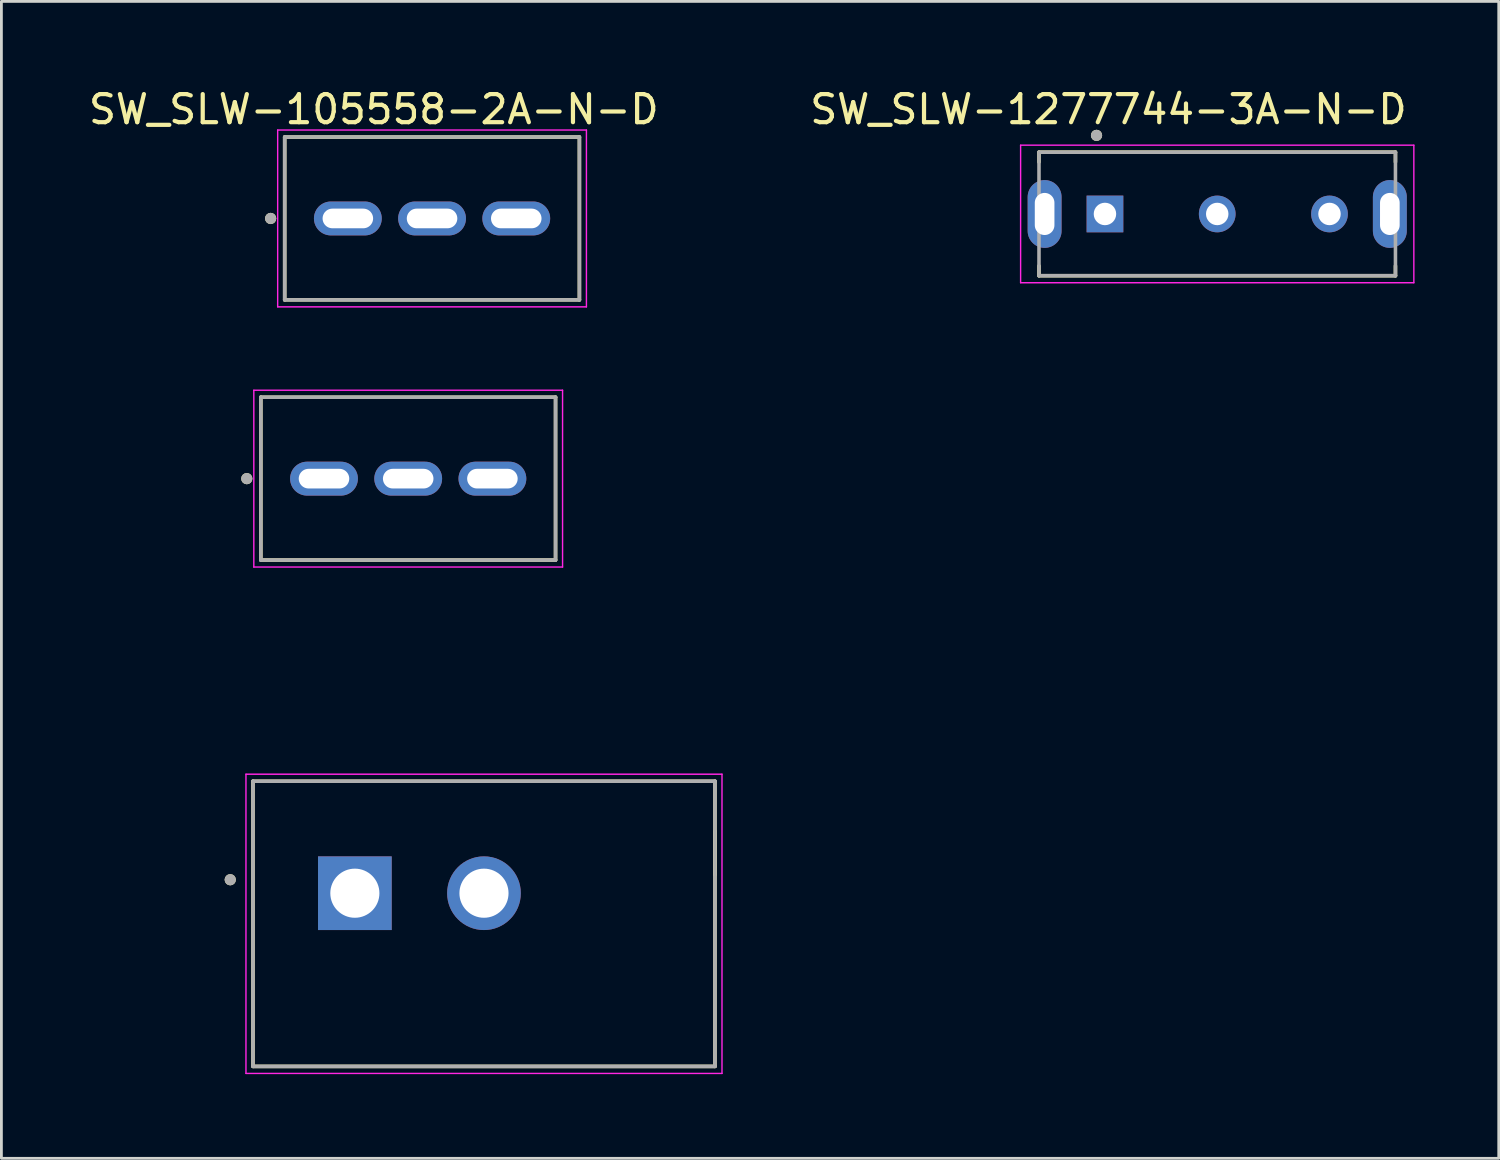
<source format=kicad_pcb>
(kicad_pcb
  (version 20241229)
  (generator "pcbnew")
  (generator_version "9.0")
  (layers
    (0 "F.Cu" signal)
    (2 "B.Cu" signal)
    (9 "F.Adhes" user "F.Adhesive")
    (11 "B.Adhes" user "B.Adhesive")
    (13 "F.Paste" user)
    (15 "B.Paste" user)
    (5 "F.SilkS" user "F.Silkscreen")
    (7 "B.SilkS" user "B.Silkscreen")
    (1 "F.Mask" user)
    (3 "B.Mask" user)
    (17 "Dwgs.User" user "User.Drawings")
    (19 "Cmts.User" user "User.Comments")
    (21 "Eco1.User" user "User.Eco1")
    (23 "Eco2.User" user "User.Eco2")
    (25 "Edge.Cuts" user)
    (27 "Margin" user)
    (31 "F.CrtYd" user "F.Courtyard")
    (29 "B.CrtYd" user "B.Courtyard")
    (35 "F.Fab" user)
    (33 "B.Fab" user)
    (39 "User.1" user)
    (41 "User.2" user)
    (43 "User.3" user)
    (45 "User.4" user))
  (footprint "SW_SLW-105558-2A-N-D"
    (layer "F.Cu")
    (at 12.343 4.733)
    (property "Reference" "SW_SLW-105558-2A-N-D" (at -2.075 -3.885 0) (layer "F.SilkS") (effects (font (size 1 1) (thickness 0.15))))
    (attr through_hole)
    (fp_line (start -6.38 30.21) (end -6.38 20.05) (stroke (width 0.127) (type solid)) (layer "F.SilkS"))
    (fp_line (start -6.1 6.37) (end 4.4 6.37) (stroke (width 0.127) (type solid)) (layer "F.SilkS"))
    (fp_line (start -6.1 12.17) (end -6.1 6.37) (stroke (width 0.127) (type solid)) (layer "F.SilkS"))
    (fp_line (start -5.25 -2.9) (end 5.25 -2.9) (stroke (width 0.127) (type solid)) (layer "F.SilkS"))
    (fp_line (start -5.25 2.9) (end -5.25 -2.9) (stroke (width 0.127) (type solid)) (layer "F.SilkS"))
    (fp_line (start 4.4 6.37) (end 4.4 12.17) (stroke (width 0.127) (type solid)) (layer "F.SilkS"))
    (fp_line (start 4.4 12.17) (end -6.1 12.17) (stroke (width 0.127) (type solid)) (layer "F.SilkS"))
    (fp_line (start 5.25 -2.9) (end 5.25 2.9) (stroke (width 0.127) (type solid)) (layer "F.SilkS"))
    (fp_line (start 5.25 2.9) (end -5.25 2.9) (stroke (width 0.127) (type solid)) (layer "F.SilkS"))
    (fp_line (start 10.08 20.05) (end -6.38 20.05) (stroke (width 0.127) (type solid)) (layer "F.SilkS"))
    (fp_line (start 10.08 20.05) (end 10.08 30.21) (stroke (width 0.127) (type solid)) (layer "F.SilkS"))
    (fp_line (start 10.08 21.83) (end 10.08 23.38) (stroke (width 0.127) (type solid)) (layer "F.SilkS"))
    (fp_line (start 10.08 30.21) (end -6.38 30.21) (stroke (width 0.127) (type solid)) (layer "F.SilkS"))
    (fp_circle (center -7.19 23.56) (end -7.09 23.56) (stroke (width 0.2) (type solid)) (fill no) (layer "F.SilkS"))
    (fp_circle (center -6.6 9.27) (end -6.5 9.27) (stroke (width 0.2) (type solid)) (fill no) (layer "F.SilkS"))
    (fp_circle (center -5.75 0) (end -5.65 0) (stroke (width 0.2) (type solid)) (fill no) (layer "F.SilkS"))
    (fp_line (start -6.63 19.8) (end 10.33 19.8) (stroke (width 0.05) (type solid)) (layer "F.CrtYd"))
    (fp_line (start -6.63 30.46) (end -6.63 19.8) (stroke (width 0.05) (type solid)) (layer "F.CrtYd"))
    (fp_line (start -6.35 6.12) (end 4.65 6.12) (stroke (width 0.05) (type solid)) (layer "F.CrtYd"))
    (fp_line (start -6.35 12.42) (end -6.35 6.12) (stroke (width 0.05) (type solid)) (layer "F.CrtYd"))
    (fp_line (start -5.5 -3.15) (end 5.5 -3.15) (stroke (width 0.05) (type solid)) (layer "F.CrtYd"))
    (fp_line (start -5.5 3.15) (end -5.5 -3.15) (stroke (width 0.05) (type solid)) (layer "F.CrtYd"))
    (fp_line (start 4.65 6.12) (end 4.65 12.42) (stroke (width 0.05) (type solid)) (layer "F.CrtYd"))
    (fp_line (start 4.65 12.42) (end -6.35 12.42) (stroke (width 0.05) (type solid)) (layer "F.CrtYd"))
    (fp_line (start 5.5 -3.15) (end 5.5 3.15) (stroke (width 0.05) (type solid)) (layer "F.CrtYd"))
    (fp_line (start 5.5 3.15) (end -5.5 3.15) (stroke (width 0.05) (type solid)) (layer "F.CrtYd"))
    (fp_line (start 10.33 19.8) (end 10.33 30.46) (stroke (width 0.05) (type solid)) (layer "F.CrtYd"))
    (fp_line (start 10.33 30.46) (end -6.63 30.46) (stroke (width 0.05) (type solid)) (layer "F.CrtYd"))
    (fp_line (start -6.38 20.05) (end 10.08 20.05) (stroke (width 0.127) (type solid)) (layer "F.Fab"))
    (fp_line (start -6.38 30.21) (end -6.38 20.05) (stroke (width 0.127) (type solid)) (layer "F.Fab"))
    (fp_line (start -6.1 6.37) (end 4.4 6.37) (stroke (width 0.127) (type solid)) (layer "F.Fab"))
    (fp_line (start -6.1 12.17) (end -6.1 6.37) (stroke (width 0.127) (type solid)) (layer "F.Fab"))
    (fp_line (start -5.25 -2.9) (end 5.25 -2.9) (stroke (width 0.127) (type solid)) (layer "F.Fab"))
    (fp_line (start -5.25 2.9) (end -5.25 -2.9) (stroke (width 0.127) (type solid)) (layer "F.Fab"))
    (fp_line (start 4.4 6.37) (end 4.4 12.17) (stroke (width 0.127) (type solid)) (layer "F.Fab"))
    (fp_line (start 4.4 12.17) (end -6.1 12.17) (stroke (width 0.127) (type solid)) (layer "F.Fab"))
    (fp_line (start 5.25 -2.9) (end 5.25 2.9) (stroke (width 0.127) (type solid)) (layer "F.Fab"))
    (fp_line (start 5.25 2.9) (end -5.25 2.9) (stroke (width 0.127) (type solid)) (layer "F.Fab"))
    (fp_line (start 10.08 20.05) (end 10.08 30.21) (stroke (width 0.127) (type solid)) (layer "F.Fab"))
    (fp_line (start 10.08 30.21) (end -6.38 30.21) (stroke (width 0.127) (type solid)) (layer "F.Fab"))
    (fp_circle (center -7.19 23.56) (end -7.09 23.56) (stroke (width 0.2) (type solid)) (fill no) (layer "F.Fab"))
    (fp_circle (center -6.6 9.27) (end -6.5 9.27) (stroke (width 0.2) (type solid)) (fill no) (layer "F.Fab"))
    (fp_circle (center -5.75 0) (end -5.65 0) (stroke (width 0.2) (type solid)) (fill no) (layer "F.Fab"))
    (pad "1" thru_hole oval (at -3.85 9.27) (size 2.416 1.208) (drill oval 1.8 0.7) (layers "*.Cu" "*.Mask"))
    (pad "1" thru_hole oval (at -3 0) (size 2.416 1.208) (drill oval 1.8 0.7) (layers "*.Cu" "*.Mask"))
    (pad "1" thru_hole rect (at -2.75 24.04) (size 2.625 2.625) (drill 1.75) (layers "*.Cu" "*.Mask"))
    (pad "2" thru_hole oval (at -0.85 9.27) (size 2.416 1.208) (drill oval 1.8 0.7) (layers "*.Cu" "*.Mask"))
    (pad "2" thru_hole oval (at 0 0) (size 2.416 1.208) (drill oval 1.8 0.7) (layers "*.Cu" "*.Mask"))
    (pad "2" thru_hole circle (at 1.85 24.04) (size 2.625 2.625) (drill 1.75) (layers "*.Cu" "*.Mask"))
    (pad "3" thru_hole oval (at 2.15 9.27) (size 2.416 1.208) (drill oval 1.8 0.7) (layers "*.Cu" "*.Mask"))
    (pad "3" thru_hole oval (at 3 0) (size 2.416 1.208) (drill oval 1.8 0.7) (layers "*.Cu" "*.Mask")))
  (footprint "SW_SLW-1277744-3A-N-D"
    (layer "F.Cu")
    (at 40.317 4.573)
    (property "Reference" "SW_SLW-1277744-3A-N-D" (at -3.875 -3.725 0) (layer "F.SilkS") (effects (font (size 1 1) (thickness 0.15))))
    (attr through_hole)
    (fp_line (start -6.35 -2.2) (end 6.35 -2.2) (stroke (width 0.127) (type solid)) (layer "F.SilkS"))
    (fp_line (start -6.35 -1.85) (end -6.35 -2.2) (stroke (width 0.127) (type solid)) (layer "F.SilkS"))
    (fp_line (start -6.35 1.85) (end -6.35 2.2) (stroke (width 0.127) (type solid)) (layer "F.SilkS"))
    (fp_line (start -6.35 2.2) (end 6.35 2.2) (stroke (width 0.127) (type solid)) (layer "F.SilkS"))
    (fp_line (start 6.35 -2.2) (end 6.35 -1.85) (stroke (width 0.127) (type solid)) (layer "F.SilkS"))
    (fp_line (start 6.35 2.2) (end 6.35 1.85) (stroke (width 0.127) (type solid)) (layer "F.SilkS"))
    (fp_circle (center -4.3 -2.8) (end -4.2 -2.8) (stroke (width 0.2) (type solid)) (fill no) (layer "F.SilkS"))
    (fp_line (start -7.005 -2.45) (end -7.005 2.45) (stroke (width 0.05) (type solid)) (layer "F.CrtYd"))
    (fp_line (start -7.005 2.45) (end 7.005 2.45) (stroke (width 0.05) (type solid)) (layer "F.CrtYd"))
    (fp_line (start 7.005 -2.45) (end -7.005 -2.45) (stroke (width 0.05) (type solid)) (layer "F.CrtYd"))
    (fp_line (start 7.005 2.45) (end 7.005 -2.45) (stroke (width 0.05) (type solid)) (layer "F.CrtYd"))
    (fp_line (start -6.35 -2.2) (end -6.35 2.2) (stroke (width 0.127) (type solid)) (layer "F.Fab"))
    (fp_line (start -6.35 2.2) (end 6.35 2.2) (stroke (width 0.127) (type solid)) (layer "F.Fab"))
    (fp_line (start 6.35 -2.2) (end -6.35 -2.2) (stroke (width 0.127) (type solid)) (layer "F.Fab"))
    (fp_line (start 6.35 2.2) (end 6.35 -2.2) (stroke (width 0.127) (type solid)) (layer "F.Fab"))
    (fp_circle (center -4.3 -2.8) (end -4.2 -2.8) (stroke (width 0.2) (type solid)) (fill no) (layer "F.Fab"))
    (pad "1" thru_hole rect (at -4 0) (size 1.308 1.308) (drill 0.8) (layers "*.Cu" "*.Mask"))
    (pad "2" thru_hole circle (at 0 0) (size 1.308 1.308) (drill 0.8) (layers "*.Cu" "*.Mask"))
    (pad "3" thru_hole circle (at 4 0) (size 1.308 1.308) (drill 0.8) (layers "*.Cu" "*.Mask"))
    (pad "SH1" thru_hole oval (at -6.15 0) (size 1.208 2.416) (drill oval 0.7 1.5) (layers "*.Cu" "*.Mask"))
    (pad "SH2" thru_hole oval (at 6.15 0) (size 1.208 2.416) (drill oval 0.7 1.5) (layers "*.Cu" "*.Mask")))
  (gr_rect
    (start -3 -3)
    (end 50.347 38.218)
    (stroke (width 0.1) (type default))
    (fill no)
    (layer "Edge.Cuts")))
</source>
